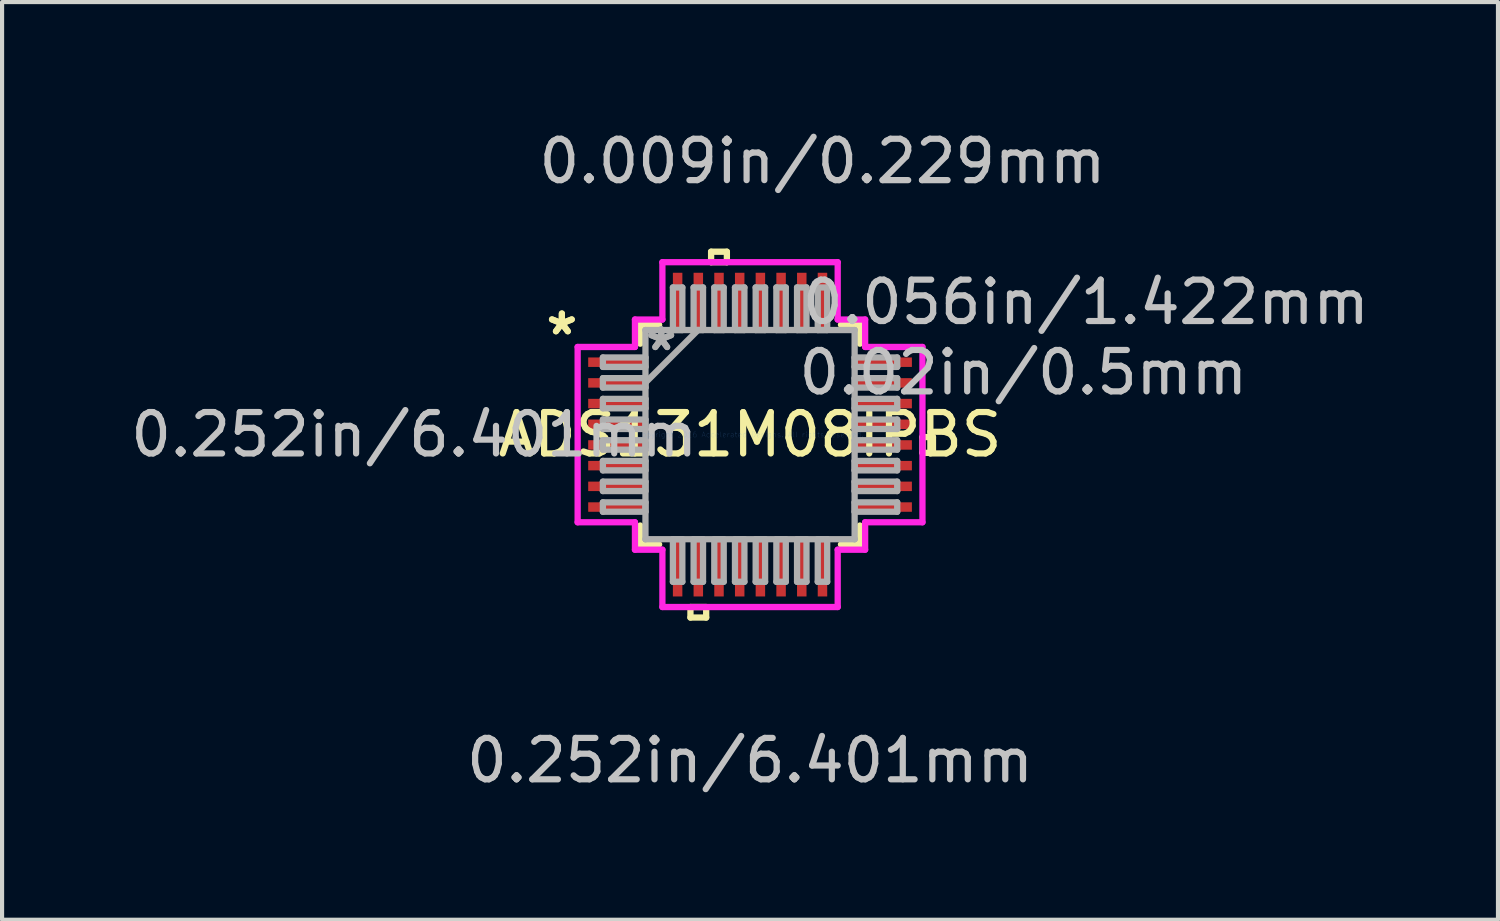
<source format=kicad_pcb>
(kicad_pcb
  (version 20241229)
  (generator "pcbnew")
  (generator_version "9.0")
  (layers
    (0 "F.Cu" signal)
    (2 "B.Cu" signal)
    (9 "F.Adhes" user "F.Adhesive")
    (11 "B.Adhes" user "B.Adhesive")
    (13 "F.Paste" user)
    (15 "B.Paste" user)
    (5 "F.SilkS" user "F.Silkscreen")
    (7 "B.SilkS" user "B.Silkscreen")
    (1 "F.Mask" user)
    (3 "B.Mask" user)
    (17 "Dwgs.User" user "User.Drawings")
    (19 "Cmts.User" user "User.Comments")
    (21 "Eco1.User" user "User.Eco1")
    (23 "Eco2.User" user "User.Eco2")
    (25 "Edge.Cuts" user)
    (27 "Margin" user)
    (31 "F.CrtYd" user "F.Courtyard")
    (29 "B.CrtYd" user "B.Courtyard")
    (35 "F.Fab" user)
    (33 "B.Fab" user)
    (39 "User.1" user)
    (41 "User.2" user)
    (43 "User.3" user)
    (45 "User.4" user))
  (footprint "ADS131M08IPBS"
    (layer "F.Cu")
    (at 15.074 7.452)
    (property "Reference" "ADS131M08IPBS" (at 0 0 0) (layer "F.SilkS") (effects (font (size 1 1) (thickness 0.15))))
    (attr through_hole)
    (fp_line (start -2.654 -2.654) (end -2.654 -2.197) (stroke (width 0.152) (type solid)) (layer "F.SilkS"))
    (fp_line (start -2.654 2.197) (end -2.654 2.654) (stroke (width 0.152) (type solid)) (layer "F.SilkS"))
    (fp_line (start -2.654 2.654) (end -2.197 2.654) (stroke (width 0.152) (type solid)) (layer "F.SilkS"))
    (fp_line (start -2.197 -2.654) (end -2.654 -2.654) (stroke (width 0.152) (type solid)) (layer "F.SilkS"))
    (fp_line (start -1.44 4.166) (end -1.44 4.42) (stroke (width 0.152) (type solid)) (layer "F.SilkS"))
    (fp_line (start -1.44 4.42) (end -1.06 4.42) (stroke (width 0.152) (type solid)) (layer "F.SilkS"))
    (fp_line (start -1.06 4.166) (end -1.44 4.166) (stroke (width 0.152) (type solid)) (layer "F.SilkS"))
    (fp_line (start -1.06 4.42) (end -1.06 4.166) (stroke (width 0.152) (type solid)) (layer "F.SilkS"))
    (fp_line (start -0.941 -4.42) (end -0.56 -4.42) (stroke (width 0.152) (type solid)) (layer "F.SilkS"))
    (fp_line (start -0.941 -4.166) (end -0.941 -4.42) (stroke (width 0.152) (type solid)) (layer "F.SilkS"))
    (fp_line (start -0.56 -4.42) (end -0.56 -4.166) (stroke (width 0.152) (type solid)) (layer "F.SilkS"))
    (fp_line (start -0.56 -4.166) (end -0.941 -4.166) (stroke (width 0.152) (type solid)) (layer "F.SilkS"))
    (fp_line (start 2.197 2.654) (end 2.654 2.654) (stroke (width 0.152) (type solid)) (layer "F.SilkS"))
    (fp_line (start 2.654 -2.654) (end 2.197 -2.654) (stroke (width 0.152) (type solid)) (layer "F.SilkS"))
    (fp_line (start 2.654 -2.197) (end 2.654 -2.654) (stroke (width 0.152) (type solid)) (layer "F.SilkS"))
    (fp_line (start 2.654 2.654) (end 2.654 2.197) (stroke (width 0.152) (type solid)) (layer "F.SilkS"))
    (fp_line (start 4.166 0.059) (end 4.42 0.059) (stroke (width 0.152) (type solid)) (layer "F.SilkS"))
    (fp_line (start 4.166 0.441) (end 4.166 0.059) (stroke (width 0.152) (type solid)) (layer "F.SilkS"))
    (fp_line (start 4.42 0.059) (end 4.42 0.441) (stroke (width 0.152) (type solid)) (layer "F.SilkS"))
    (fp_line (start 4.42 0.441) (end 4.166 0.441) (stroke (width 0.152) (type solid)) (layer "F.SilkS"))
    (fp_line (start -4.166 -2.118) (end -2.781 -2.118) (stroke (width 0.152) (type solid)) (layer "F.CrtYd"))
    (fp_line (start -4.166 2.118) (end -4.166 -2.118) (stroke (width 0.152) (type solid)) (layer "F.CrtYd"))
    (fp_line (start -2.781 -2.781) (end -2.118 -2.781) (stroke (width 0.152) (type solid)) (layer "F.CrtYd"))
    (fp_line (start -2.781 -2.118) (end -2.781 -2.781) (stroke (width 0.152) (type solid)) (layer "F.CrtYd"))
    (fp_line (start -2.781 2.118) (end -4.166 2.118) (stroke (width 0.152) (type solid)) (layer "F.CrtYd"))
    (fp_line (start -2.781 2.781) (end -2.781 2.118) (stroke (width 0.152) (type solid)) (layer "F.CrtYd"))
    (fp_line (start -2.118 -4.166) (end 2.118 -4.166) (stroke (width 0.152) (type solid)) (layer "F.CrtYd"))
    (fp_line (start -2.118 -2.781) (end -2.118 -4.166) (stroke (width 0.152) (type solid)) (layer "F.CrtYd"))
    (fp_line (start -2.118 2.781) (end -2.781 2.781) (stroke (width 0.152) (type solid)) (layer "F.CrtYd"))
    (fp_line (start -2.118 4.166) (end -2.118 2.781) (stroke (width 0.152) (type solid)) (layer "F.CrtYd"))
    (fp_line (start 2.118 -4.166) (end 2.118 -2.781) (stroke (width 0.152) (type solid)) (layer "F.CrtYd"))
    (fp_line (start 2.118 -2.781) (end 2.781 -2.781) (stroke (width 0.152) (type solid)) (layer "F.CrtYd"))
    (fp_line (start 2.118 2.781) (end 2.118 4.166) (stroke (width 0.152) (type solid)) (layer "F.CrtYd"))
    (fp_line (start 2.118 4.166) (end -2.118 4.166) (stroke (width 0.152) (type solid)) (layer "F.CrtYd"))
    (fp_line (start 2.781 -2.781) (end 2.781 -2.118) (stroke (width 0.152) (type solid)) (layer "F.CrtYd"))
    (fp_line (start 2.781 -2.118) (end 4.166 -2.118) (stroke (width 0.152) (type solid)) (layer "F.CrtYd"))
    (fp_line (start 2.781 2.118) (end 2.781 2.781) (stroke (width 0.152) (type solid)) (layer "F.CrtYd"))
    (fp_line (start 2.781 2.781) (end 2.118 2.781) (stroke (width 0.152) (type solid)) (layer "F.CrtYd"))
    (fp_line (start 4.166 -2.118) (end 4.166 2.118) (stroke (width 0.152) (type solid)) (layer "F.CrtYd"))
    (fp_line (start 4.166 2.118) (end 2.781 2.118) (stroke (width 0.152) (type solid)) (layer "F.CrtYd"))
    (fp_line (start -3.556 -1.864) (end -3.556 -1.636) (stroke (width 0.152) (type solid)) (layer "F.Fab"))
    (fp_line (start -3.556 -1.636) (end -2.527 -1.636) (stroke (width 0.152) (type solid)) (layer "F.Fab"))
    (fp_line (start -3.556 -1.364) (end -3.556 -1.136) (stroke (width 0.152) (type solid)) (layer "F.Fab"))
    (fp_line (start -3.556 -1.136) (end -2.527 -1.136) (stroke (width 0.152) (type solid)) (layer "F.Fab"))
    (fp_line (start -3.556 -0.864) (end -3.556 -0.636) (stroke (width 0.152) (type solid)) (layer "F.Fab"))
    (fp_line (start -3.556 -0.636) (end -2.527 -0.636) (stroke (width 0.152) (type solid)) (layer "F.Fab"))
    (fp_line (start -3.556 -0.364) (end -3.556 -0.136) (stroke (width 0.152) (type solid)) (layer "F.Fab"))
    (fp_line (start -3.556 -0.136) (end -2.527 -0.136) (stroke (width 0.152) (type solid)) (layer "F.Fab"))
    (fp_line (start -3.556 0.136) (end -3.556 0.364) (stroke (width 0.152) (type solid)) (layer "F.Fab"))
    (fp_line (start -3.556 0.364) (end -2.527 0.364) (stroke (width 0.152) (type solid)) (layer "F.Fab"))
    (fp_line (start -3.556 0.636) (end -3.556 0.864) (stroke (width 0.152) (type solid)) (layer "F.Fab"))
    (fp_line (start -3.556 0.864) (end -2.527 0.864) (stroke (width 0.152) (type solid)) (layer "F.Fab"))
    (fp_line (start -3.556 1.136) (end -3.556 1.364) (stroke (width 0.152) (type solid)) (layer "F.Fab"))
    (fp_line (start -3.556 1.364) (end -2.527 1.364) (stroke (width 0.152) (type solid)) (layer "F.Fab"))
    (fp_line (start -3.556 1.636) (end -3.556 1.864) (stroke (width 0.152) (type solid)) (layer "F.Fab"))
    (fp_line (start -3.556 1.864) (end -2.527 1.864) (stroke (width 0.152) (type solid)) (layer "F.Fab"))
    (fp_line (start -2.527 -2.527) (end -2.527 -2.527) (stroke (width 0.152) (type solid)) (layer "F.Fab"))
    (fp_line (start -2.527 -2.527) (end -2.527 2.527) (stroke (width 0.152) (type solid)) (layer "F.Fab"))
    (fp_line (start -2.527 -1.864) (end -3.556 -1.864) (stroke (width 0.152) (type solid)) (layer "F.Fab"))
    (fp_line (start -2.527 -1.636) (end -2.527 -1.864) (stroke (width 0.152) (type solid)) (layer "F.Fab"))
    (fp_line (start -2.527 -1.364) (end -3.556 -1.364) (stroke (width 0.152) (type solid)) (layer "F.Fab"))
    (fp_line (start -2.527 -1.257) (end -1.257 -2.527) (stroke (width 0.152) (type solid)) (layer "F.Fab"))
    (fp_line (start -2.527 -1.136) (end -2.527 -1.364) (stroke (width 0.152) (type solid)) (layer "F.Fab"))
    (fp_line (start -2.527 -0.864) (end -3.556 -0.864) (stroke (width 0.152) (type solid)) (layer "F.Fab"))
    (fp_line (start -2.527 -0.636) (end -2.527 -0.864) (stroke (width 0.152) (type solid)) (layer "F.Fab"))
    (fp_line (start -2.527 -0.364) (end -3.556 -0.364) (stroke (width 0.152) (type solid)) (layer "F.Fab"))
    (fp_line (start -2.527 -0.136) (end -2.527 -0.364) (stroke (width 0.152) (type solid)) (layer "F.Fab"))
    (fp_line (start -2.527 0.136) (end -3.556 0.136) (stroke (width 0.152) (type solid)) (layer "F.Fab"))
    (fp_line (start -2.527 0.364) (end -2.527 0.136) (stroke (width 0.152) (type solid)) (layer "F.Fab"))
    (fp_line (start -2.527 0.636) (end -3.556 0.636) (stroke (width 0.152) (type solid)) (layer "F.Fab"))
    (fp_line (start -2.527 0.864) (end -2.527 0.636) (stroke (width 0.152) (type solid)) (layer "F.Fab"))
    (fp_line (start -2.527 1.136) (end -3.556 1.136) (stroke (width 0.152) (type solid)) (layer "F.Fab"))
    (fp_line (start -2.527 1.364) (end -2.527 1.136) (stroke (width 0.152) (type solid)) (layer "F.Fab"))
    (fp_line (start -2.527 1.636) (end -3.556 1.636) (stroke (width 0.152) (type solid)) (layer "F.Fab"))
    (fp_line (start -2.527 1.864) (end -2.527 1.636) (stroke (width 0.152) (type solid)) (layer "F.Fab"))
    (fp_line (start -2.527 2.527) (end -2.527 2.527) (stroke (width 0.152) (type solid)) (layer "F.Fab"))
    (fp_line (start -2.527 2.527) (end 2.527 2.527) (stroke (width 0.152) (type solid)) (layer "F.Fab"))
    (fp_line (start -1.864 -3.556) (end -1.864 -2.527) (stroke (width 0.152) (type solid)) (layer "F.Fab"))
    (fp_line (start -1.864 -2.527) (end -1.636 -2.527) (stroke (width 0.152) (type solid)) (layer "F.Fab"))
    (fp_line (start -1.864 2.527) (end -1.864 3.556) (stroke (width 0.152) (type solid)) (layer "F.Fab"))
    (fp_line (start -1.864 3.556) (end -1.636 3.556) (stroke (width 0.152) (type solid)) (layer "F.Fab"))
    (fp_line (start -1.636 -3.556) (end -1.864 -3.556) (stroke (width 0.152) (type solid)) (layer "F.Fab"))
    (fp_line (start -1.636 -2.527) (end -1.636 -3.556) (stroke (width 0.152) (type solid)) (layer "F.Fab"))
    (fp_line (start -1.636 2.527) (end -1.864 2.527) (stroke (width 0.152) (type solid)) (layer "F.Fab"))
    (fp_line (start -1.636 3.556) (end -1.636 2.527) (stroke (width 0.152) (type solid)) (layer "F.Fab"))
    (fp_line (start -1.364 -3.556) (end -1.364 -2.527) (stroke (width 0.152) (type solid)) (layer "F.Fab"))
    (fp_line (start -1.364 -2.527) (end -1.136 -2.527) (stroke (width 0.152) (type solid)) (layer "F.Fab"))
    (fp_line (start -1.364 2.527) (end -1.364 3.556) (stroke (width 0.152) (type solid)) (layer "F.Fab"))
    (fp_line (start -1.364 3.556) (end -1.136 3.556) (stroke (width 0.152) (type solid)) (layer "F.Fab"))
    (fp_line (start -1.136 -3.556) (end -1.364 -3.556) (stroke (width 0.152) (type solid)) (layer "F.Fab"))
    (fp_line (start -1.136 -2.527) (end -1.136 -3.556) (stroke (width 0.152) (type solid)) (layer "F.Fab"))
    (fp_line (start -1.136 2.527) (end -1.364 2.527) (stroke (width 0.152) (type solid)) (layer "F.Fab"))
    (fp_line (start -1.136 3.556) (end -1.136 2.527) (stroke (width 0.152) (type solid)) (layer "F.Fab"))
    (fp_line (start -0.864 -3.556) (end -0.864 -2.527) (stroke (width 0.152) (type solid)) (layer "F.Fab"))
    (fp_line (start -0.864 -2.527) (end -0.636 -2.527) (stroke (width 0.152) (type solid)) (layer "F.Fab"))
    (fp_line (start -0.864 2.527) (end -0.864 3.556) (stroke (width 0.152) (type solid)) (layer "F.Fab"))
    (fp_line (start -0.864 3.556) (end -0.636 3.556) (stroke (width 0.152) (type solid)) (layer "F.Fab"))
    (fp_line (start -0.636 -3.556) (end -0.864 -3.556) (stroke (width 0.152) (type solid)) (layer "F.Fab"))
    (fp_line (start -0.636 -2.527) (end -0.636 -3.556) (stroke (width 0.152) (type solid)) (layer "F.Fab"))
    (fp_line (start -0.636 2.527) (end -0.864 2.527) (stroke (width 0.152) (type solid)) (layer "F.Fab"))
    (fp_line (start -0.636 3.556) (end -0.636 2.527) (stroke (width 0.152) (type solid)) (layer "F.Fab"))
    (fp_line (start -0.364 -3.556) (end -0.364 -2.527) (stroke (width 0.152) (type solid)) (layer "F.Fab"))
    (fp_line (start -0.364 -2.527) (end -0.136 -2.527) (stroke (width 0.152) (type solid)) (layer "F.Fab"))
    (fp_line (start -0.364 2.527) (end -0.364 3.556) (stroke (width 0.152) (type solid)) (layer "F.Fab"))
    (fp_line (start -0.364 3.556) (end -0.136 3.556) (stroke (width 0.152) (type solid)) (layer "F.Fab"))
    (fp_line (start -0.136 -3.556) (end -0.364 -3.556) (stroke (width 0.152) (type solid)) (layer "F.Fab"))
    (fp_line (start -0.136 -2.527) (end -0.136 -3.556) (stroke (width 0.152) (type solid)) (layer "F.Fab"))
    (fp_line (start -0.136 2.527) (end -0.364 2.527) (stroke (width 0.152) (type solid)) (layer "F.Fab"))
    (fp_line (start -0.136 3.556) (end -0.136 2.527) (stroke (width 0.152) (type solid)) (layer "F.Fab"))
    (fp_line (start 0.136 -3.556) (end 0.136 -2.527) (stroke (width 0.152) (type solid)) (layer "F.Fab"))
    (fp_line (start 0.136 -2.527) (end 0.364 -2.527) (stroke (width 0.152) (type solid)) (layer "F.Fab"))
    (fp_line (start 0.136 2.527) (end 0.136 3.556) (stroke (width 0.152) (type solid)) (layer "F.Fab"))
    (fp_line (start 0.136 3.556) (end 0.364 3.556) (stroke (width 0.152) (type solid)) (layer "F.Fab"))
    (fp_line (start 0.364 -3.556) (end 0.136 -3.556) (stroke (width 0.152) (type solid)) (layer "F.Fab"))
    (fp_line (start 0.364 -2.527) (end 0.364 -3.556) (stroke (width 0.152) (type solid)) (layer "F.Fab"))
    (fp_line (start 0.364 2.527) (end 0.136 2.527) (stroke (width 0.152) (type solid)) (layer "F.Fab"))
    (fp_line (start 0.364 3.556) (end 0.364 2.527) (stroke (width 0.152) (type solid)) (layer "F.Fab"))
    (fp_line (start 0.636 -3.556) (end 0.636 -2.527) (stroke (width 0.152) (type solid)) (layer "F.Fab"))
    (fp_line (start 0.636 -2.527) (end 0.864 -2.527) (stroke (width 0.152) (type solid)) (layer "F.Fab"))
    (fp_line (start 0.636 2.527) (end 0.636 3.556) (stroke (width 0.152) (type solid)) (layer "F.Fab"))
    (fp_line (start 0.636 3.556) (end 0.864 3.556) (stroke (width 0.152) (type solid)) (layer "F.Fab"))
    (fp_line (start 0.864 -3.556) (end 0.636 -3.556) (stroke (width 0.152) (type solid)) (layer "F.Fab"))
    (fp_line (start 0.864 -2.527) (end 0.864 -3.556) (stroke (width 0.152) (type solid)) (layer "F.Fab"))
    (fp_line (start 0.864 2.527) (end 0.636 2.527) (stroke (width 0.152) (type solid)) (layer "F.Fab"))
    (fp_line (start 0.864 3.556) (end 0.864 2.527) (stroke (width 0.152) (type solid)) (layer "F.Fab"))
    (fp_line (start 1.136 -3.556) (end 1.136 -2.527) (stroke (width 0.152) (type solid)) (layer "F.Fab"))
    (fp_line (start 1.136 -2.527) (end 1.364 -2.527) (stroke (width 0.152) (type solid)) (layer "F.Fab"))
    (fp_line (start 1.136 2.527) (end 1.136 3.556) (stroke (width 0.152) (type solid)) (layer "F.Fab"))
    (fp_line (start 1.136 3.556) (end 1.364 3.556) (stroke (width 0.152) (type solid)) (layer "F.Fab"))
    (fp_line (start 1.364 -3.556) (end 1.136 -3.556) (stroke (width 0.152) (type solid)) (layer "F.Fab"))
    (fp_line (start 1.364 -2.527) (end 1.364 -3.556) (stroke (width 0.152) (type solid)) (layer "F.Fab"))
    (fp_line (start 1.364 2.527) (end 1.136 2.527) (stroke (width 0.152) (type solid)) (layer "F.Fab"))
    (fp_line (start 1.364 3.556) (end 1.364 2.527) (stroke (width 0.152) (type solid)) (layer "F.Fab"))
    (fp_line (start 1.636 -3.556) (end 1.636 -2.527) (stroke (width 0.152) (type solid)) (layer "F.Fab"))
    (fp_line (start 1.636 -2.527) (end 1.864 -2.527) (stroke (width 0.152) (type solid)) (layer "F.Fab"))
    (fp_line (start 1.636 2.527) (end 1.636 3.556) (stroke (width 0.152) (type solid)) (layer "F.Fab"))
    (fp_line (start 1.636 3.556) (end 1.864 3.556) (stroke (width 0.152) (type solid)) (layer "F.Fab"))
    (fp_line (start 1.864 -3.556) (end 1.636 -3.556) (stroke (width 0.152) (type solid)) (layer "F.Fab"))
    (fp_line (start 1.864 -2.527) (end 1.864 -3.556) (stroke (width 0.152) (type solid)) (layer "F.Fab"))
    (fp_line (start 1.864 2.527) (end 1.636 2.527) (stroke (width 0.152) (type solid)) (layer "F.Fab"))
    (fp_line (start 1.864 3.556) (end 1.864 2.527) (stroke (width 0.152) (type solid)) (layer "F.Fab"))
    (fp_line (start 2.527 -2.527) (end -2.527 -2.527) (stroke (width 0.152) (type solid)) (layer "F.Fab"))
    (fp_line (start 2.527 -2.527) (end 2.527 -2.527) (stroke (width 0.152) (type solid)) (layer "F.Fab"))
    (fp_line (start 2.527 -1.864) (end 2.527 -1.636) (stroke (width 0.152) (type solid)) (layer "F.Fab"))
    (fp_line (start 2.527 -1.636) (end 3.556 -1.636) (stroke (width 0.152) (type solid)) (layer "F.Fab"))
    (fp_line (start 2.527 -1.364) (end 2.527 -1.136) (stroke (width 0.152) (type solid)) (layer "F.Fab"))
    (fp_line (start 2.527 -1.136) (end 3.556 -1.136) (stroke (width 0.152) (type solid)) (layer "F.Fab"))
    (fp_line (start 2.527 -0.864) (end 2.527 -0.636) (stroke (width 0.152) (type solid)) (layer "F.Fab"))
    (fp_line (start 2.527 -0.636) (end 3.556 -0.636) (stroke (width 0.152) (type solid)) (layer "F.Fab"))
    (fp_line (start 2.527 -0.364) (end 2.527 -0.136) (stroke (width 0.152) (type solid)) (layer "F.Fab"))
    (fp_line (start 2.527 -0.136) (end 3.556 -0.136) (stroke (width 0.152) (type solid)) (layer "F.Fab"))
    (fp_line (start 2.527 0.136) (end 2.527 0.364) (stroke (width 0.152) (type solid)) (layer "F.Fab"))
    (fp_line (start 2.527 0.364) (end 3.556 0.364) (stroke (width 0.152) (type solid)) (layer "F.Fab"))
    (fp_line (start 2.527 0.636) (end 2.527 0.864) (stroke (width 0.152) (type solid)) (layer "F.Fab"))
    (fp_line (start 2.527 0.864) (end 3.556 0.864) (stroke (width 0.152) (type solid)) (layer "F.Fab"))
    (fp_line (start 2.527 1.136) (end 2.527 1.364) (stroke (width 0.152) (type solid)) (layer "F.Fab"))
    (fp_line (start 2.527 1.364) (end 3.556 1.364) (stroke (width 0.152) (type solid)) (layer "F.Fab"))
    (fp_line (start 2.527 1.636) (end 2.527 1.864) (stroke (width 0.152) (type solid)) (layer "F.Fab"))
    (fp_line (start 2.527 1.864) (end 3.556 1.864) (stroke (width 0.152) (type solid)) (layer "F.Fab"))
    (fp_line (start 2.527 2.527) (end 2.527 -2.527) (stroke (width 0.152) (type solid)) (layer "F.Fab"))
    (fp_line (start 2.527 2.527) (end 2.527 2.527) (stroke (width 0.152) (type solid)) (layer "F.Fab"))
    (fp_line (start 3.556 -1.864) (end 2.527 -1.864) (stroke (width 0.152) (type solid)) (layer "F.Fab"))
    (fp_line (start 3.556 -1.636) (end 3.556 -1.864) (stroke (width 0.152) (type solid)) (layer "F.Fab"))
    (fp_line (start 3.556 -1.364) (end 2.527 -1.364) (stroke (width 0.152) (type solid)) (layer "F.Fab"))
    (fp_line (start 3.556 -1.136) (end 3.556 -1.364) (stroke (width 0.152) (type solid)) (layer "F.Fab"))
    (fp_line (start 3.556 -0.864) (end 2.527 -0.864) (stroke (width 0.152) (type solid)) (layer "F.Fab"))
    (fp_line (start 3.556 -0.636) (end 3.556 -0.864) (stroke (width 0.152) (type solid)) (layer "F.Fab"))
    (fp_line (start 3.556 -0.364) (end 2.527 -0.364) (stroke (width 0.152) (type solid)) (layer "F.Fab"))
    (fp_line (start 3.556 -0.136) (end 3.556 -0.364) (stroke (width 0.152) (type solid)) (layer "F.Fab"))
    (fp_line (start 3.556 0.136) (end 2.527 0.136) (stroke (width 0.152) (type solid)) (layer "F.Fab"))
    (fp_line (start 3.556 0.364) (end 3.556 0.136) (stroke (width 0.152) (type solid)) (layer "F.Fab"))
    (fp_line (start 3.556 0.636) (end 2.527 0.636) (stroke (width 0.152) (type solid)) (layer "F.Fab"))
    (fp_line (start 3.556 0.864) (end 3.556 0.636) (stroke (width 0.152) (type solid)) (layer "F.Fab"))
    (fp_line (start 3.556 1.136) (end 2.527 1.136) (stroke (width 0.152) (type solid)) (layer "F.Fab"))
    (fp_line (start 3.556 1.364) (end 3.556 1.136) (stroke (width 0.152) (type solid)) (layer "F.Fab"))
    (fp_line (start 3.556 1.636) (end 2.527 1.636) (stroke (width 0.152) (type solid)) (layer "F.Fab"))
    (fp_line (start 3.556 1.864) (end 3.556 1.636) (stroke (width 0.152) (type solid)) (layer "F.Fab"))
    (fp_text user "*" (at -4.547 -2.381 0) (layer "F.SilkS") (effects (font (size 1 1) (thickness 0.15))))
    (fp_text user "*" (at -4.547 -2.381 0) (layer "F.SilkS") (effects (font (size 1 1) (thickness 0.15))))
    (fp_text user "0.252in/6.401mm" (at -8.115 0 0) (layer "Dwgs.User") (effects (font (size 1 1) (thickness 0.15))))
    (fp_text user "0.056in/1.422mm" (at 8.115 -3.2 0) (layer "Dwgs.User") (effects (font (size 1 1) (thickness 0.15))))
    (fp_text user "0.009in/0.229mm" (at 1.75 -6.604 0) (layer "Dwgs.User") (effects (font (size 1 1) (thickness 0.15))))
    (fp_text user "0.252in/6.401mm" (at 0 7.874 0) (layer "Dwgs.User") (effects (font (size 1 1) (thickness 0.15))))
    (fp_text user "0.02in/0.5mm" (at 6.604 -1.5 0) (layer "Dwgs.User") (effects (font (size 1 1) (thickness 0.15))))
    (fp_text user "Copyright 2016 Accelerated Designs. All rights reserved." (at 0 0 0) (layer "Cmts.User") (effects (font (size 0.127 0.127) (thickness 0.002))))
    (fp_text user "*" (at -2.146 -2 0) (layer "F.Fab") (effects (font (size 1 1) (thickness 0.15))))
    (fp_text user "*" (at -2.146 -2 0) (layer "F.Fab") (effects (font (size 1 1) (thickness 0.15))))
    (pad "1" smd rect (at -3.2 -1.75 90) (size 0.229 1.422) (layers "F.Cu" "F.Mask" "F.Paste"))
    (pad "2" smd rect (at -3.2 -1.25 90) (size 0.229 1.422) (layers "F.Cu" "F.Mask" "F.Paste"))
    (pad "3" smd rect (at -3.2 -0.75 90) (size 0.229 1.422) (layers "F.Cu" "F.Mask" "F.Paste"))
    (pad "4" smd rect (at -3.2 -0.25 90) (size 0.229 1.422) (layers "F.Cu" "F.Mask" "F.Paste"))
    (pad "5" smd rect (at -3.2 0.25 90) (size 0.229 1.422) (layers "F.Cu" "F.Mask" "F.Paste"))
    (pad "6" smd rect (at -3.2 0.75 90) (size 0.229 1.422) (layers "F.Cu" "F.Mask" "F.Paste"))
    (pad "7" smd rect (at -3.2 1.25 90) (size 0.229 1.422) (layers "F.Cu" "F.Mask" "F.Paste"))
    (pad "8" smd rect (at -3.2 1.75 90) (size 0.229 1.422) (layers "F.Cu" "F.Mask" "F.Paste"))
    (pad "9" smd rect (at -1.75 3.2) (size 0.229 1.422) (layers "F.Cu" "F.Mask" "F.Paste"))
    (pad "10" smd rect (at -1.25 3.2) (size 0.229 1.422) (layers "F.Cu" "F.Mask" "F.Paste"))
    (pad "11" smd rect (at -0.75 3.2) (size 0.229 1.422) (layers "F.Cu" "F.Mask" "F.Paste"))
    (pad "12" smd rect (at -0.25 3.2) (size 0.229 1.422) (layers "F.Cu" "F.Mask" "F.Paste"))
    (pad "13" smd rect (at 0.25 3.2) (size 0.229 1.422) (layers "F.Cu" "F.Mask" "F.Paste"))
    (pad "14" smd rect (at 0.75 3.2) (size 0.229 1.422) (layers "F.Cu" "F.Mask" "F.Paste"))
    (pad "15" smd rect (at 1.25 3.2) (size 0.229 1.422) (layers "F.Cu" "F.Mask" "F.Paste"))
    (pad "16" smd rect (at 1.75 3.2) (size 0.229 1.422) (layers "F.Cu" "F.Mask" "F.Paste"))
    (pad "17" smd rect (at 3.2 1.75 90) (size 0.229 1.422) (layers "F.Cu" "F.Mask" "F.Paste"))
    (pad "18" smd rect (at 3.2 1.25 90) (size 0.229 1.422) (layers "F.Cu" "F.Mask" "F.Paste"))
    (pad "19" smd rect (at 3.2 0.75 90) (size 0.229 1.422) (layers "F.Cu" "F.Mask" "F.Paste"))
    (pad "20" smd rect (at 3.2 0.25 90) (size 0.229 1.422) (layers "F.Cu" "F.Mask" "F.Paste"))
    (pad "21" smd rect (at 3.2 -0.25 90) (size 0.229 1.422) (layers "F.Cu" "F.Mask" "F.Paste"))
    (pad "22" smd rect (at 3.2 -0.75 90) (size 0.229 1.422) (layers "F.Cu" "F.Mask" "F.Paste"))
    (pad "23" smd rect (at 3.2 -1.25 90) (size 0.229 1.422) (layers "F.Cu" "F.Mask" "F.Paste"))
    (pad "24" smd rect (at 3.2 -1.75 90) (size 0.229 1.422) (layers "F.Cu" "F.Mask" "F.Paste"))
    (pad "25" smd rect (at 1.75 -3.2) (size 0.229 1.422) (layers "F.Cu" "F.Mask" "F.Paste"))
    (pad "26" smd rect (at 1.25 -3.2) (size 0.229 1.422) (layers "F.Cu" "F.Mask" "F.Paste"))
    (pad "27" smd rect (at 0.75 -3.2) (size 0.229 1.422) (layers "F.Cu" "F.Mask" "F.Paste"))
    (pad "28" smd rect (at 0.25 -3.2) (size 0.229 1.422) (layers "F.Cu" "F.Mask" "F.Paste"))
    (pad "29" smd rect (at -0.25 -3.2) (size 0.229 1.422) (layers "F.Cu" "F.Mask" "F.Paste"))
    (pad "30" smd rect (at -0.75 -3.2) (size 0.229 1.422) (layers "F.Cu" "F.Mask" "F.Paste"))
    (pad "31" smd rect (at -1.25 -3.2) (size 0.229 1.422) (layers "F.Cu" "F.Mask" "F.Paste"))
    (pad "32" smd rect (at -1.75 -3.2) (size 0.229 1.422) (layers "F.Cu" "F.Mask" "F.Paste")))
  (gr_rect
    (start -3 -3)
    (end 33.147 19.174)
    (stroke (width 0.1) (type default))
    (fill no)
    (layer "Edge.Cuts")))
</source>
